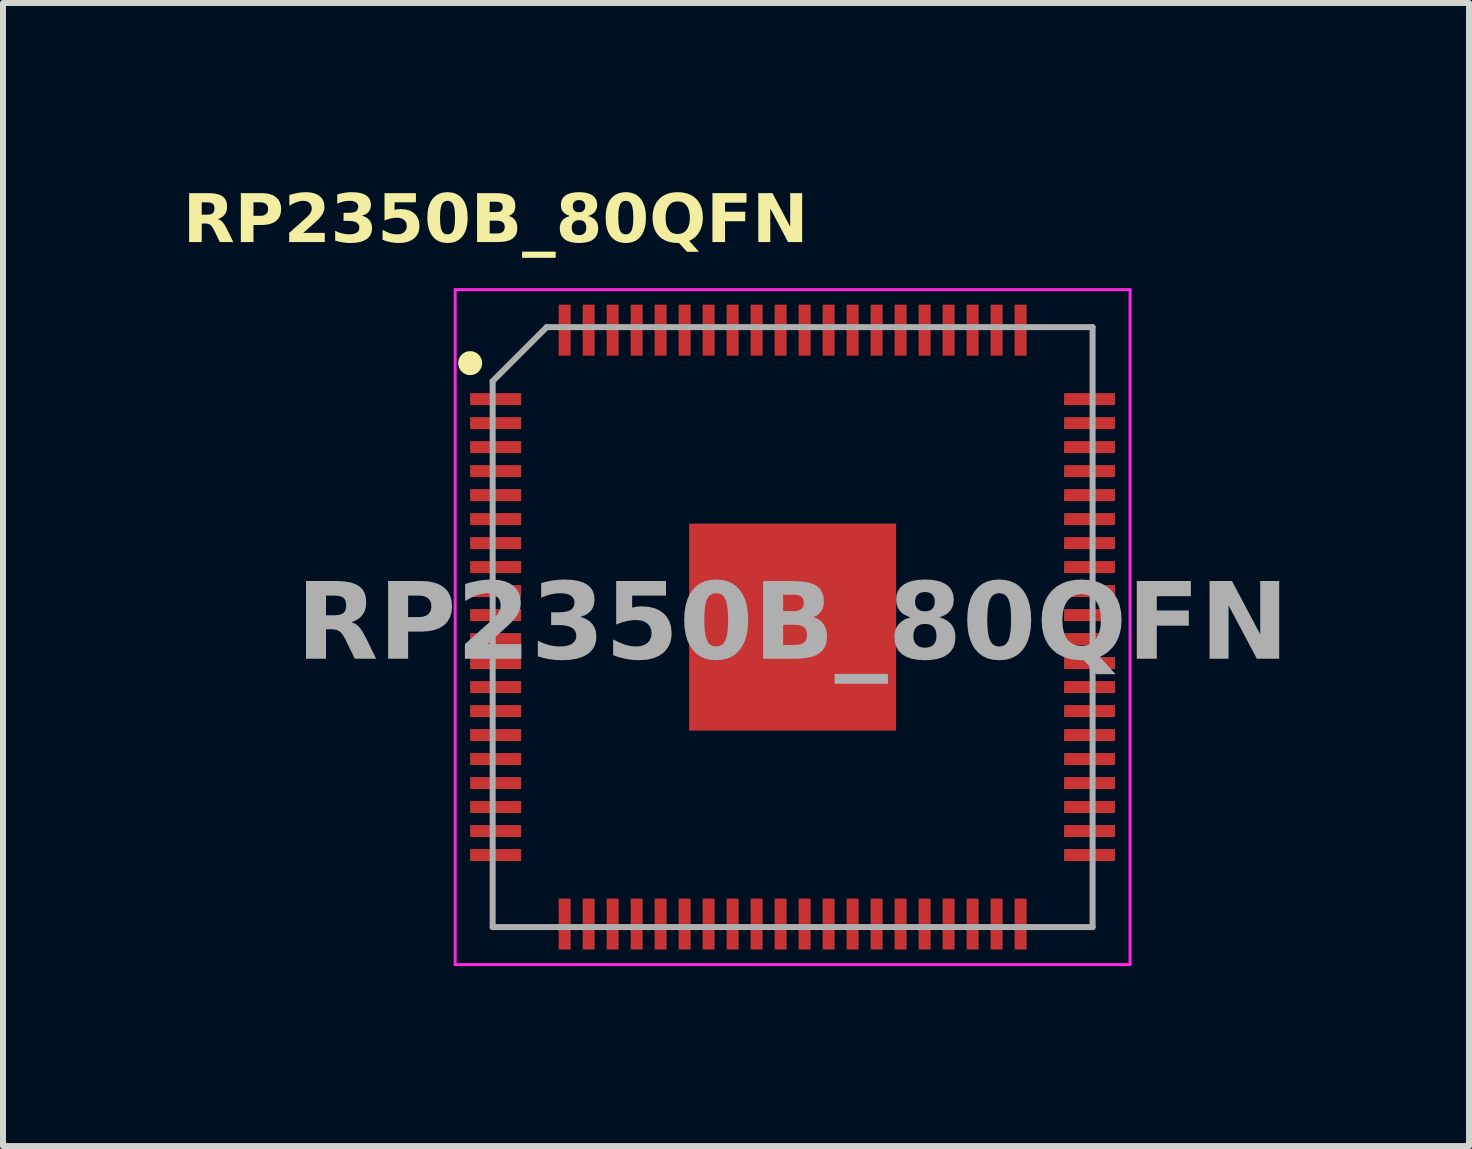
<source format=kicad_pcb>
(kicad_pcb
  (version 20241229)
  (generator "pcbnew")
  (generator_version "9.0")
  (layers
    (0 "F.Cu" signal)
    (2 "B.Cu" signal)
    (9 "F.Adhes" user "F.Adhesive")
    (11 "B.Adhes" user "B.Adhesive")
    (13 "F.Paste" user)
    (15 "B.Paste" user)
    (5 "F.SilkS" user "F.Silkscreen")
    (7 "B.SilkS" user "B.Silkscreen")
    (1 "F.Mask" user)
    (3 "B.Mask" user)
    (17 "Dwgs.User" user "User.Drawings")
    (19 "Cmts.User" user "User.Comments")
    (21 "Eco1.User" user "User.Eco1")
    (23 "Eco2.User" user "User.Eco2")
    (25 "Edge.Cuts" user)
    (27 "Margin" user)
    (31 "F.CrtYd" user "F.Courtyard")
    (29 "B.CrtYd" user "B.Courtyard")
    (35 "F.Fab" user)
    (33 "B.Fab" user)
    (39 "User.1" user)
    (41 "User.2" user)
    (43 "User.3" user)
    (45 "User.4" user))
  (footprint "RP2350B_80QFN"
    (layer "F.Cu")
    (at 10.162 7.403)
    (property "Reference" "RP2350B_80QFN" (at -4.95 -6.75 0) (layer "F.SilkS") (effects (font (face "JetBrains Mono SemiBold") (size 0.8 0.8) (thickness 0.1))))
    (attr smd)
    (fp_circle (center -5.375 -4.4) (end -5.375 -4.3) (stroke (width 0.2) (type solid)) (fill no) (layer "F.SilkS"))
    (fp_line (start -5.625 -5.625) (end 5.625 -5.625) (stroke (width 0.05) (type solid)) (layer "F.CrtYd"))
    (fp_line (start -5.625 5.625) (end -5.625 -5.625) (stroke (width 0.05) (type solid)) (layer "F.CrtYd"))
    (fp_line (start 5.625 -5.625) (end 5.625 5.625) (stroke (width 0.05) (type solid)) (layer "F.CrtYd"))
    (fp_line (start 5.625 5.625) (end -5.625 5.625) (stroke (width 0.05) (type solid)) (layer "F.CrtYd"))
    (fp_line (start -5 -4.1) (end -4.1 -5) (stroke (width 0.1) (type default)) (layer "F.Fab"))
    (fp_line (start -5 5) (end -5 -4.1) (stroke (width 0.1) (type solid)) (layer "F.Fab"))
    (fp_line (start -4.1 -5) (end 5 -5) (stroke (width 0.1) (type solid)) (layer "F.Fab"))
    (fp_line (start 5 -5) (end 5 5) (stroke (width 0.1) (type solid)) (layer "F.Fab"))
    (fp_line (start 5 5) (end -5 5) (stroke (width 0.1) (type solid)) (layer "F.Fab"))
    (fp_text user "${REFERENCE}" (at 0 0 0) (layer "F.Fab") (effects (font (face "JetBrains Mono SemiBold") (size 1.27 1.27) (thickness 0.254))))
    (pad "1" smd rect (at -4.95 -3.8 90) (size 0.2 0.85) (layers "F.Cu" "F.Mask" "F.Paste"))
    (pad "2" smd rect (at -4.95 -3.4 90) (size 0.2 0.85) (layers "F.Cu" "F.Mask" "F.Paste"))
    (pad "3" smd rect (at -4.95 -3 90) (size 0.2 0.85) (layers "F.Cu" "F.Mask" "F.Paste"))
    (pad "4" smd rect (at -4.95 -2.6 90) (size 0.2 0.85) (layers "F.Cu" "F.Mask" "F.Paste"))
    (pad "5" smd rect (at -4.95 -2.2 90) (size 0.2 0.85) (layers "F.Cu" "F.Mask" "F.Paste"))
    (pad "6" smd rect (at -4.95 -1.8 90) (size 0.2 0.85) (layers "F.Cu" "F.Mask" "F.Paste"))
    (pad "7" smd rect (at -4.95 -1.4 90) (size 0.2 0.85) (layers "F.Cu" "F.Mask" "F.Paste"))
    (pad "8" smd rect (at -4.95 -1 90) (size 0.2 0.85) (layers "F.Cu" "F.Mask" "F.Paste"))
    (pad "9" smd rect (at -4.95 -0.6 90) (size 0.2 0.85) (layers "F.Cu" "F.Mask" "F.Paste"))
    (pad "10" smd rect (at -4.95 -0.2 90) (size 0.2 0.85) (layers "F.Cu" "F.Mask" "F.Paste"))
    (pad "11" smd rect (at -4.95 0.2 90) (size 0.2 0.85) (layers "F.Cu" "F.Mask" "F.Paste"))
    (pad "12" smd rect (at -4.95 0.6 90) (size 0.2 0.85) (layers "F.Cu" "F.Mask" "F.Paste"))
    (pad "13" smd rect (at -4.95 1 90) (size 0.2 0.85) (layers "F.Cu" "F.Mask" "F.Paste"))
    (pad "14" smd rect (at -4.95 1.4 90) (size 0.2 0.85) (layers "F.Cu" "F.Mask" "F.Paste"))
    (pad "15" smd rect (at -4.95 1.8 90) (size 0.2 0.85) (layers "F.Cu" "F.Mask" "F.Paste"))
    (pad "16" smd rect (at -4.95 2.2 90) (size 0.2 0.85) (layers "F.Cu" "F.Mask" "F.Paste"))
    (pad "17" smd rect (at -4.95 2.6 90) (size 0.2 0.85) (layers "F.Cu" "F.Mask" "F.Paste"))
    (pad "18" smd rect (at -4.95 3 90) (size 0.2 0.85) (layers "F.Cu" "F.Mask" "F.Paste"))
    (pad "19" smd rect (at -4.95 3.4 90) (size 0.2 0.85) (layers "F.Cu" "F.Mask" "F.Paste"))
    (pad "20" smd rect (at -4.95 3.8 90) (size 0.2 0.85) (layers "F.Cu" "F.Mask" "F.Paste"))
    (pad "21" smd rect (at -3.8 4.95) (size 0.2 0.85) (layers "F.Cu" "F.Mask" "F.Paste"))
    (pad "22" smd rect (at -3.4 4.95) (size 0.2 0.85) (layers "F.Cu" "F.Mask" "F.Paste"))
    (pad "23" smd rect (at -3 4.95) (size 0.2 0.85) (layers "F.Cu" "F.Mask" "F.Paste"))
    (pad "24" smd rect (at -2.6 4.95) (size 0.2 0.85) (layers "F.Cu" "F.Mask" "F.Paste"))
    (pad "25" smd rect (at -2.2 4.95) (size 0.2 0.85) (layers "F.Cu" "F.Mask" "F.Paste"))
    (pad "26" smd rect (at -1.8 4.95) (size 0.2 0.85) (layers "F.Cu" "F.Mask" "F.Paste"))
    (pad "27" smd rect (at -1.4 4.95) (size 0.2 0.85) (layers "F.Cu" "F.Mask" "F.Paste"))
    (pad "28" smd rect (at -1 4.95) (size 0.2 0.85) (layers "F.Cu" "F.Mask" "F.Paste"))
    (pad "29" smd rect (at -0.6 4.95) (size 0.2 0.85) (layers "F.Cu" "F.Mask" "F.Paste"))
    (pad "30" smd rect (at -0.2 4.95) (size 0.2 0.85) (layers "F.Cu" "F.Mask" "F.Paste"))
    (pad "31" smd rect (at 0.2 4.95) (size 0.2 0.85) (layers "F.Cu" "F.Mask" "F.Paste"))
    (pad "32" smd rect (at 0.6 4.95) (size 0.2 0.85) (layers "F.Cu" "F.Mask" "F.Paste"))
    (pad "33" smd rect (at 1 4.95) (size 0.2 0.85) (layers "F.Cu" "F.Mask" "F.Paste"))
    (pad "34" smd rect (at 1.4 4.95) (size 0.2 0.85) (layers "F.Cu" "F.Mask" "F.Paste"))
    (pad "35" smd rect (at 1.8 4.95) (size 0.2 0.85) (layers "F.Cu" "F.Mask" "F.Paste"))
    (pad "36" smd rect (at 2.2 4.95) (size 0.2 0.85) (layers "F.Cu" "F.Mask" "F.Paste"))
    (pad "37" smd rect (at 2.6 4.95) (size 0.2 0.85) (layers "F.Cu" "F.Mask" "F.Paste"))
    (pad "38" smd rect (at 3 4.95) (size 0.2 0.85) (layers "F.Cu" "F.Mask" "F.Paste"))
    (pad "39" smd rect (at 3.4 4.95) (size 0.2 0.85) (layers "F.Cu" "F.Mask" "F.Paste"))
    (pad "40" smd rect (at 3.8 4.95) (size 0.2 0.85) (layers "F.Cu" "F.Mask" "F.Paste"))
    (pad "41" smd rect (at 4.95 3.8 90) (size 0.2 0.85) (layers "F.Cu" "F.Mask" "F.Paste"))
    (pad "42" smd rect (at 4.95 3.4 90) (size 0.2 0.85) (layers "F.Cu" "F.Mask" "F.Paste"))
    (pad "43" smd rect (at 4.95 3 90) (size 0.2 0.85) (layers "F.Cu" "F.Mask" "F.Paste"))
    (pad "44" smd rect (at 4.95 2.6 90) (size 0.2 0.85) (layers "F.Cu" "F.Mask" "F.Paste"))
    (pad "45" smd rect (at 4.95 2.2 90) (size 0.2 0.85) (layers "F.Cu" "F.Mask" "F.Paste"))
    (pad "46" smd rect (at 4.95 1.8 90) (size 0.2 0.85) (layers "F.Cu" "F.Mask" "F.Paste"))
    (pad "47" smd rect (at 4.95 1.4 90) (size 0.2 0.85) (layers "F.Cu" "F.Mask" "F.Paste"))
    (pad "48" smd rect (at 4.95 1 90) (size 0.2 0.85) (layers "F.Cu" "F.Mask" "F.Paste"))
    (pad "49" smd rect (at 4.95 0.6 90) (size 0.2 0.85) (layers "F.Cu" "F.Mask" "F.Paste"))
    (pad "50" smd rect (at 4.95 0.2 90) (size 0.2 0.85) (layers "F.Cu" "F.Mask" "F.Paste"))
    (pad "51" smd rect (at 4.95 -0.2 90) (size 0.2 0.85) (layers "F.Cu" "F.Mask" "F.Paste"))
    (pad "52" smd rect (at 4.95 -0.6 90) (size 0.2 0.85) (layers "F.Cu" "F.Mask" "F.Paste"))
    (pad "53" smd rect (at 4.95 -1 90) (size 0.2 0.85) (layers "F.Cu" "F.Mask" "F.Paste"))
    (pad "54" smd rect (at 4.95 -1.4 90) (size 0.2 0.85) (layers "F.Cu" "F.Mask" "F.Paste"))
    (pad "55" smd rect (at 4.95 -1.8 90) (size 0.2 0.85) (layers "F.Cu" "F.Mask" "F.Paste"))
    (pad "56" smd rect (at 4.95 -2.2 90) (size 0.2 0.85) (layers "F.Cu" "F.Mask" "F.Paste"))
    (pad "57" smd rect (at 4.95 -2.6 90) (size 0.2 0.85) (layers "F.Cu" "F.Mask" "F.Paste"))
    (pad "58" smd rect (at 4.95 -3 90) (size 0.2 0.85) (layers "F.Cu" "F.Mask" "F.Paste"))
    (pad "59" smd rect (at 4.95 -3.4 90) (size 0.2 0.85) (layers "F.Cu" "F.Mask" "F.Paste"))
    (pad "60" smd rect (at 4.95 -3.8 90) (size 0.2 0.85) (layers "F.Cu" "F.Mask" "F.Paste"))
    (pad "61" smd rect (at 3.8 -4.95) (size 0.2 0.85) (layers "F.Cu" "F.Mask" "F.Paste"))
    (pad "62" smd rect (at 3.4 -4.95) (size 0.2 0.85) (layers "F.Cu" "F.Mask" "F.Paste"))
    (pad "63" smd rect (at 3 -4.95) (size 0.2 0.85) (layers "F.Cu" "F.Mask" "F.Paste"))
    (pad "64" smd rect (at 2.6 -4.95) (size 0.2 0.85) (layers "F.Cu" "F.Mask" "F.Paste"))
    (pad "65" smd rect (at 2.2 -4.95) (size 0.2 0.85) (layers "F.Cu" "F.Mask" "F.Paste"))
    (pad "66" smd rect (at 1.8 -4.95) (size 0.2 0.85) (layers "F.Cu" "F.Mask" "F.Paste"))
    (pad "67" smd rect (at 1.4 -4.95) (size 0.2 0.85) (layers "F.Cu" "F.Mask" "F.Paste"))
    (pad "68" smd rect (at 1 -4.95) (size 0.2 0.85) (layers "F.Cu" "F.Mask" "F.Paste"))
    (pad "69" smd rect (at 0.6 -4.95) (size 0.2 0.85) (layers "F.Cu" "F.Mask" "F.Paste"))
    (pad "70" smd rect (at 0.2 -4.95) (size 0.2 0.85) (layers "F.Cu" "F.Mask" "F.Paste"))
    (pad "71" smd rect (at -0.2 -4.95) (size 0.2 0.85) (layers "F.Cu" "F.Mask" "F.Paste"))
    (pad "72" smd rect (at -0.6 -4.95) (size 0.2 0.85) (layers "F.Cu" "F.Mask" "F.Paste"))
    (pad "73" smd rect (at -1 -4.95) (size 0.2 0.85) (layers "F.Cu" "F.Mask" "F.Paste"))
    (pad "74" smd rect (at -1.4 -4.95) (size 0.2 0.85) (layers "F.Cu" "F.Mask" "F.Paste"))
    (pad "75" smd rect (at -1.8 -4.95) (size 0.2 0.85) (layers "F.Cu" "F.Mask" "F.Paste"))
    (pad "76" smd rect (at -2.2 -4.95) (size 0.2 0.85) (layers "F.Cu" "F.Mask" "F.Paste"))
    (pad "77" smd rect (at -2.6 -4.95) (size 0.2 0.85) (layers "F.Cu" "F.Mask" "F.Paste"))
    (pad "78" smd rect (at -3 -4.95) (size 0.2 0.85) (layers "F.Cu" "F.Mask" "F.Paste"))
    (pad "79" smd rect (at -3.4 -4.95) (size 0.2 0.85) (layers "F.Cu" "F.Mask" "F.Paste"))
    (pad "80" smd rect (at -3.8 -4.95) (size 0.2 0.85) (layers "F.Cu" "F.Mask" "F.Paste"))
    (pad "81" smd rect (at 0 0) (size 3.45 3.45) (layers "F.Cu" "F.Mask" "F.Paste")))
  (gr_rect
    (start -3 -3)
    (end 21.437 16.053)
    (stroke (width 0.1) (type default))
    (fill no)
    (layer "Edge.Cuts")))
</source>
